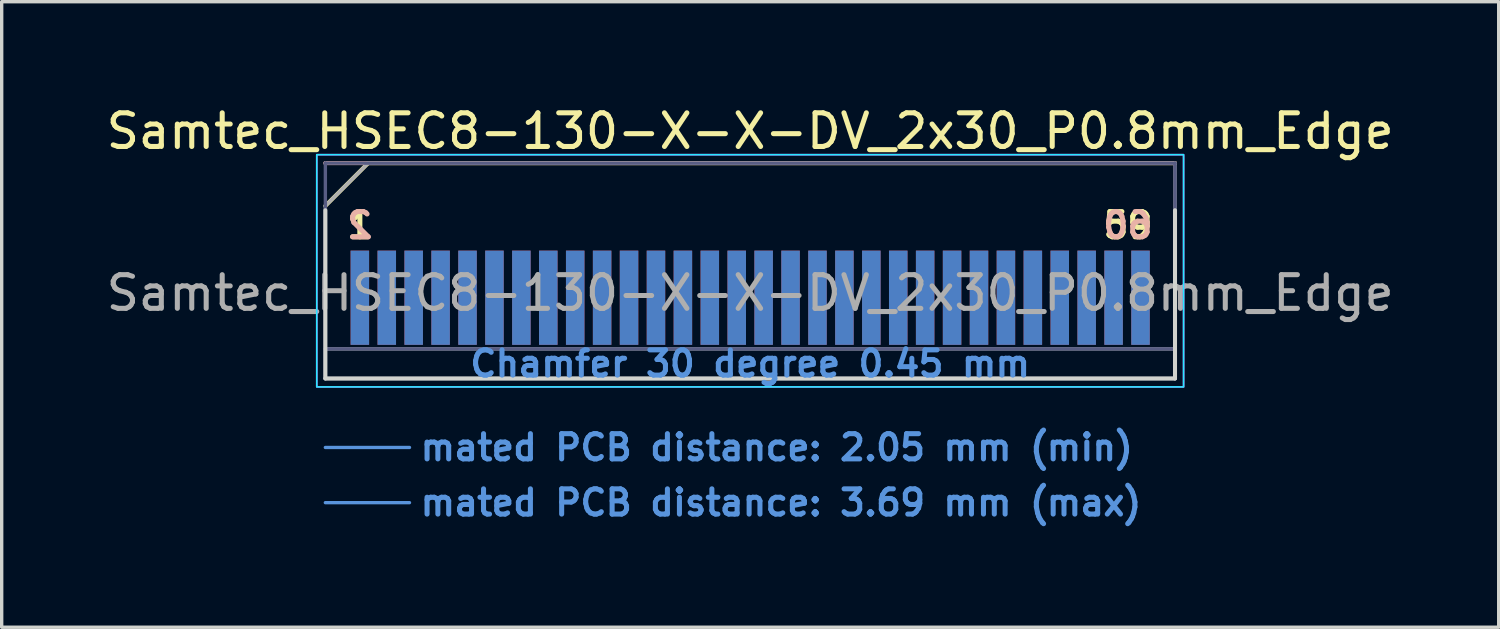
<source format=kicad_pcb>
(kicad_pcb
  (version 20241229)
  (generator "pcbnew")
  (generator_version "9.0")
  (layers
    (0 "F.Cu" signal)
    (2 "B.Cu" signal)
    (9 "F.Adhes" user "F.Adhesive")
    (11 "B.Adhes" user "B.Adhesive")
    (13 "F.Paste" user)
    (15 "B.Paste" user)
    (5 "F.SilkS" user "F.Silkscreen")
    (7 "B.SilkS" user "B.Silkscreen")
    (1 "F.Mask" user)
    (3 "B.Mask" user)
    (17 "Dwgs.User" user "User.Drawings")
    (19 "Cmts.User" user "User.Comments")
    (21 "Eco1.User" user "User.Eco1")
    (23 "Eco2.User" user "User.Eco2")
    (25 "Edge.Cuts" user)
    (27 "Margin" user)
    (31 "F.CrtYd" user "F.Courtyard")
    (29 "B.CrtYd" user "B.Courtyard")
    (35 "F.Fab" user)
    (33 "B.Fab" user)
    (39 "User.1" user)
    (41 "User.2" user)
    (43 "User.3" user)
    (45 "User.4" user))
  (footprint "Samtec_HSEC8-130-X-X-DV_2x30_P0.8mm_Edge"
    (layer "F.Cu")
    (at 19.244 8.198)
    (property "Reference" "Samtec_HSEC8-130-X-X-DV_2x30_P0.8mm_Edge" (at 0 -7.35 0) (layer "F.SilkS") (effects (font (size 1 1) (thickness 0.15))))
    (attr exclude_from_pos_files exclude_from_bom)
    (fp_line (start -12.625 -5.13) (end -11.355 -6.4) (stroke (width 0.12) (type solid)) (layer "F.SilkS"))
    (fp_line (start -11.355 -6.4) (end 12.625 -6.4) (stroke (width 0.12) (type solid)) (layer "F.SilkS"))
    (fp_line (start -12.625 -6.4) (end -12.625 -6.4) (stroke (width 0.12) (type solid)) (layer "B.SilkS"))
    (fp_line (start -12.625 -6.4) (end 12.625 -6.4) (stroke (width 0.12) (type solid)) (layer "B.SilkS"))
    (fp_line (start -12.625 2.05) (end -10.125 2.05) (stroke (width 0.1) (type solid)) (layer "Cmts.User"))
    (fp_line (start -12.625 3.69) (end -10.125 3.69) (stroke (width 0.1) (type solid)) (layer "Cmts.User"))
    (fp_line (start -12.625 -5) (end -12.625 0) (stroke (width 0.12) (type solid)) (layer "Edge.Cuts"))
    (fp_line (start -12.625 0) (end 12.625 0) (stroke (width 0.12) (type solid)) (layer "Edge.Cuts"))
    (fp_line (start 12.625 0) (end 12.625 -5) (stroke (width 0.12) (type solid)) (layer "Edge.Cuts"))
    (fp_rect (start -12.88 -6.65) (end 12.88 0.25) (stroke (width 0.05) (type solid)) (fill no) (layer "B.CrtYd"))
    (fp_rect (start -12.88 -6.65) (end 12.88 0.25) (stroke (width 0.05) (type solid)) (fill no) (layer "F.CrtYd"))
    (fp_line (start -12.625 -6.4) (end -12.625 -6.4) (stroke (width 0.1) (type solid)) (layer "B.Fab"))
    (fp_line (start -12.625 -6.4) (end -12.625 0) (stroke (width 0.1) (type solid)) (layer "B.Fab"))
    (fp_line (start -12.625 -6.4) (end 12.625 -6.4) (stroke (width 0.1) (type solid)) (layer "B.Fab"))
    (fp_line (start -12.625 -0.88) (end 12.625 -0.88) (stroke (width 0.1) (type solid)) (layer "B.Fab"))
    (fp_line (start -12.625 0) (end 12.625 0) (stroke (width 0.1) (type solid)) (layer "B.Fab"))
    (fp_line (start 12.625 -6.4) (end 12.625 0) (stroke (width 0.1) (type solid)) (layer "B.Fab"))
    (fp_line (start -12.625 -5.13) (end -12.625 0) (stroke (width 0.1) (type solid)) (layer "F.Fab"))
    (fp_line (start -12.625 -5.13) (end -11.355 -6.4) (stroke (width 0.1) (type solid)) (layer "F.Fab"))
    (fp_line (start -12.625 -0.88) (end 12.625 -0.88) (stroke (width 0.1) (type solid)) (layer "F.Fab"))
    (fp_line (start -12.625 0) (end 12.625 0) (stroke (width 0.1) (type solid)) (layer "F.Fab"))
    (fp_line (start -11.355 -6.4) (end 12.625 -6.4) (stroke (width 0.1) (type solid)) (layer "F.Fab"))
    (fp_line (start 12.625 -6.4) (end 12.625 0) (stroke (width 0.1) (type solid)) (layer "F.Fab"))
    (fp_text user "59" (at 11.225 -4.55 0) (layer "F.SilkS") (effects (font (size 0.75 0.75) (thickness 0.15))))
    (fp_text user "1" (at -11.6 -4.55 0) (layer "F.SilkS") (effects (font (size 0.75 0.75) (thickness 0.15))))
    (fp_text user "2" (at -11.6 -4.55 0) (layer "B.SilkS") (effects (font (size 0.75 0.75) (thickness 0.15)) (justify mirror)))
    (fp_text user "60" (at 11.225 -4.55 0) (layer "B.SilkS") (effects (font (size 0.75 0.75) (thickness 0.15)) (justify mirror)))
    (fp_text user "Chamfer 30 degree 0.45 mm" (at 0 -0.44 0) (layer "Cmts.User") (effects (font (size 0.75 0.75) (thickness 0.15))))
    (fp_text user "mated PCB distance: 2.05 mm (min)" (at -9.88 2.05 0) (layer "Cmts.User") (effects (font (size 0.75 0.75) (thickness 0.15)) (justify left)))
    (fp_text user "mated PCB distance: 3.69 mm (max)" (at -9.88 3.69 0) (layer "Cmts.User") (effects (font (size 0.75 0.75) (thickness 0.15)) (justify left)))
    (fp_text user "${REFERENCE}" (at 0 -2.54 0) (layer "F.Fab") (effects (font (size 1 1) (thickness 0.15))))
    (pad "1" connect rect (at -11.6 -2.4) (size 0.55 2.8) (layers "F.Cu" "F.Mask"))
    (pad "2" connect rect (at -11.6 -2.4) (size 0.55 2.8) (layers "B.Cu" "B.Mask"))
    (pad "3" connect rect (at -10.8 -2.4) (size 0.55 2.8) (layers "F.Cu" "F.Mask"))
    (pad "4" connect rect (at -10.8 -2.4) (size 0.55 2.8) (layers "B.Cu" "B.Mask"))
    (pad "5" connect rect (at -10 -2.4) (size 0.55 2.8) (layers "F.Cu" "F.Mask"))
    (pad "6" connect rect (at -10 -2.4) (size 0.55 2.8) (layers "B.Cu" "B.Mask"))
    (pad "7" connect rect (at -9.2 -2.4) (size 0.55 2.8) (layers "F.Cu" "F.Mask"))
    (pad "8" connect rect (at -9.2 -2.4) (size 0.55 2.8) (layers "B.Cu" "B.Mask"))
    (pad "9" connect rect (at -8.4 -2.4) (size 0.55 2.8) (layers "F.Cu" "F.Mask"))
    (pad "10" connect rect (at -8.4 -2.4) (size 0.55 2.8) (layers "B.Cu" "B.Mask"))
    (pad "11" connect rect (at -7.6 -2.4) (size 0.55 2.8) (layers "F.Cu" "F.Mask"))
    (pad "12" connect rect (at -7.6 -2.4) (size 0.55 2.8) (layers "B.Cu" "B.Mask"))
    (pad "13" connect rect (at -6.8 -2.4) (size 0.55 2.8) (layers "F.Cu" "F.Mask"))
    (pad "14" connect rect (at -6.8 -2.4) (size 0.55 2.8) (layers "B.Cu" "B.Mask"))
    (pad "15" connect rect (at -6 -2.4) (size 0.55 2.8) (layers "F.Cu" "F.Mask"))
    (pad "16" connect rect (at -6 -2.4) (size 0.55 2.8) (layers "B.Cu" "B.Mask"))
    (pad "17" connect rect (at -5.2 -2.4) (size 0.55 2.8) (layers "F.Cu" "F.Mask"))
    (pad "18" connect rect (at -5.2 -2.4) (size 0.55 2.8) (layers "B.Cu" "B.Mask"))
    (pad "19" connect rect (at -4.4 -2.4) (size 0.55 2.8) (layers "F.Cu" "F.Mask"))
    (pad "20" connect rect (at -4.4 -2.4) (size 0.55 2.8) (layers "B.Cu" "B.Mask"))
    (pad "21" connect rect (at -3.6 -2.4) (size 0.55 2.8) (layers "F.Cu" "F.Mask"))
    (pad "22" connect rect (at -3.6 -2.4) (size 0.55 2.8) (layers "B.Cu" "B.Mask"))
    (pad "23" connect rect (at -2.8 -2.4) (size 0.55 2.8) (layers "F.Cu" "F.Mask"))
    (pad "24" connect rect (at -2.8 -2.4) (size 0.55 2.8) (layers "B.Cu" "B.Mask"))
    (pad "25" connect rect (at -2 -2.4) (size 0.55 2.8) (layers "F.Cu" "F.Mask"))
    (pad "26" connect rect (at -2 -2.4) (size 0.55 2.8) (layers "B.Cu" "B.Mask"))
    (pad "27" connect rect (at -1.2 -2.4) (size 0.55 2.8) (layers "F.Cu" "F.Mask"))
    (pad "28" connect rect (at -1.2 -2.4) (size 0.55 2.8) (layers "B.Cu" "B.Mask"))
    (pad "29" connect rect (at -0.4 -2.4) (size 0.55 2.8) (layers "F.Cu" "F.Mask"))
    (pad "30" connect rect (at -0.4 -2.4) (size 0.55 2.8) (layers "B.Cu" "B.Mask"))
    (pad "31" connect rect (at 0.4 -2.4) (size 0.55 2.8) (layers "F.Cu" "F.Mask"))
    (pad "32" connect rect (at 0.4 -2.4) (size 0.55 2.8) (layers "B.Cu" "B.Mask"))
    (pad "33" connect rect (at 1.2 -2.4) (size 0.55 2.8) (layers "F.Cu" "F.Mask"))
    (pad "34" connect rect (at 1.2 -2.4) (size 0.55 2.8) (layers "B.Cu" "B.Mask"))
    (pad "35" connect rect (at 2 -2.4) (size 0.55 2.8) (layers "F.Cu" "F.Mask"))
    (pad "36" connect rect (at 2 -2.4) (size 0.55 2.8) (layers "B.Cu" "B.Mask"))
    (pad "37" connect rect (at 2.8 -2.4) (size 0.55 2.8) (layers "F.Cu" "F.Mask"))
    (pad "38" connect rect (at 2.8 -2.4) (size 0.55 2.8) (layers "B.Cu" "B.Mask"))
    (pad "39" connect rect (at 3.6 -2.4) (size 0.55 2.8) (layers "F.Cu" "F.Mask"))
    (pad "40" connect rect (at 3.6 -2.4) (size 0.55 2.8) (layers "B.Cu" "B.Mask"))
    (pad "41" connect rect (at 4.4 -2.4) (size 0.55 2.8) (layers "F.Cu" "F.Mask"))
    (pad "42" connect rect (at 4.4 -2.4) (size 0.55 2.8) (layers "B.Cu" "B.Mask"))
    (pad "43" connect rect (at 5.2 -2.4) (size 0.55 2.8) (layers "F.Cu" "F.Mask"))
    (pad "44" connect rect (at 5.2 -2.4) (size 0.55 2.8) (layers "B.Cu" "B.Mask"))
    (pad "45" connect rect (at 6 -2.4) (size 0.55 2.8) (layers "F.Cu" "F.Mask"))
    (pad "46" connect rect (at 6 -2.4) (size 0.55 2.8) (layers "B.Cu" "B.Mask"))
    (pad "47" connect rect (at 6.8 -2.4) (size 0.55 2.8) (layers "F.Cu" "F.Mask"))
    (pad "48" connect rect (at 6.8 -2.4) (size 0.55 2.8) (layers "B.Cu" "B.Mask"))
    (pad "49" connect rect (at 7.6 -2.4) (size 0.55 2.8) (layers "F.Cu" "F.Mask"))
    (pad "50" connect rect (at 7.6 -2.4) (size 0.55 2.8) (layers "B.Cu" "B.Mask"))
    (pad "51" connect rect (at 8.4 -2.4) (size 0.55 2.8) (layers "F.Cu" "F.Mask"))
    (pad "52" connect rect (at 8.4 -2.4) (size 0.55 2.8) (layers "B.Cu" "B.Mask"))
    (pad "53" connect rect (at 9.2 -2.4) (size 0.55 2.8) (layers "F.Cu" "F.Mask"))
    (pad "54" connect rect (at 9.2 -2.4) (size 0.55 2.8) (layers "B.Cu" "B.Mask"))
    (pad "55" connect rect (at 10 -2.4) (size 0.55 2.8) (layers "F.Cu" "F.Mask"))
    (pad "56" connect rect (at 10 -2.4) (size 0.55 2.8) (layers "B.Cu" "B.Mask"))
    (pad "57" connect rect (at 10.8 -2.4) (size 0.55 2.8) (layers "F.Cu" "F.Mask"))
    (pad "58" connect rect (at 10.8 -2.4) (size 0.55 2.8) (layers "B.Cu" "B.Mask"))
    (pad "59" connect rect (at 11.6 -2.4) (size 0.55 2.8) (layers "F.Cu" "F.Mask"))
    (pad "60" connect rect (at 11.6 -2.4) (size 0.55 2.8) (layers "B.Cu" "B.Mask")))
  (gr_rect
    (start -3 -3)
    (end 41.488 15.59)
    (stroke (width 0.1) (type default))
    (fill no)
    (layer "Edge.Cuts")))
</source>
